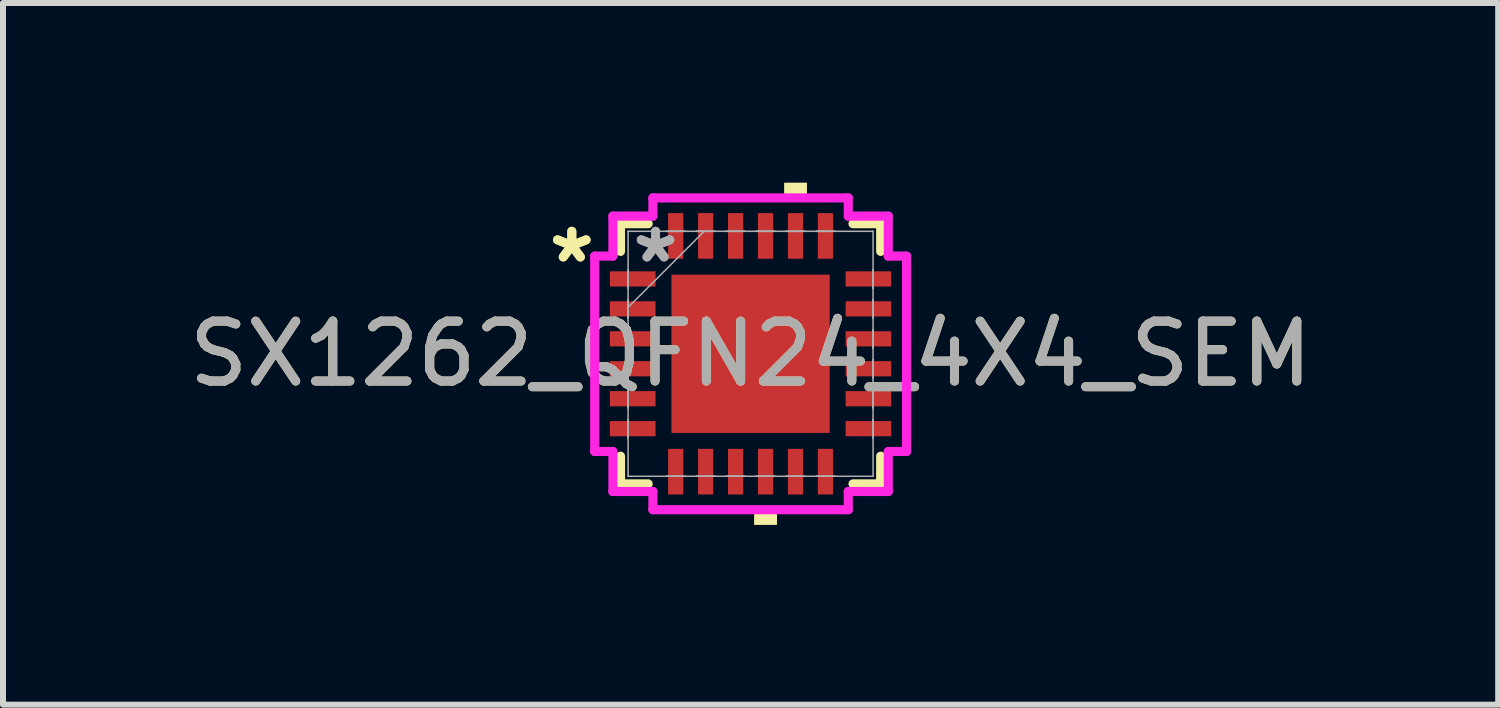
<source format=kicad_pcb>
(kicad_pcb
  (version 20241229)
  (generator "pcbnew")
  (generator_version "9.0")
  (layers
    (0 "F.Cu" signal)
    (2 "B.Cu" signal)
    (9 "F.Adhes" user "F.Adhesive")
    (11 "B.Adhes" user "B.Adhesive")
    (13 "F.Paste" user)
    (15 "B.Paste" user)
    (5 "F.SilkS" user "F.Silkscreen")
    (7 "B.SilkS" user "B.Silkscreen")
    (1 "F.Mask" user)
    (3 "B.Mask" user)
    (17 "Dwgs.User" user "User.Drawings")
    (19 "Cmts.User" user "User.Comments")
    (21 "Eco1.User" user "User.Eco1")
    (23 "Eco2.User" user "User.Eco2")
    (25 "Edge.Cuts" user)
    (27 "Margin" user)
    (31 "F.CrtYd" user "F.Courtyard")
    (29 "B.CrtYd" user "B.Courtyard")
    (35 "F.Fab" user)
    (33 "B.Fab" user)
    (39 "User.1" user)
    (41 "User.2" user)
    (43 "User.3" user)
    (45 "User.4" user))
  (footprint "SX1262_QFN24_4X4_SEM"
    (layer "F.Cu")
    (at 9.482 2.857)
    (property "Reference" "SX1262_QFN24_4X4_SEM" (at 0 0 0) (unlocked yes) (layer "F.SilkS") (effects (font (size 1 1) (thickness 0.15))))
    (attr smd)
    (fp_line (start -2.172 -2.172) (end -2.172 -1.71) (stroke (width 0.152) (type solid)) (layer "F.SilkS"))
    (fp_line (start -2.172 1.71) (end -2.172 2.172) (stroke (width 0.152) (type solid)) (layer "F.SilkS"))
    (fp_line (start -2.172 2.172) (end -1.71 2.172) (stroke (width 0.152) (type solid)) (layer "F.SilkS"))
    (fp_line (start -1.71 -2.172) (end -2.172 -2.172) (stroke (width 0.152) (type solid)) (layer "F.SilkS"))
    (fp_line (start 1.71 2.172) (end 2.172 2.172) (stroke (width 0.152) (type solid)) (layer "F.SilkS"))
    (fp_line (start 2.172 -2.172) (end 1.71 -2.172) (stroke (width 0.152) (type solid)) (layer "F.SilkS"))
    (fp_line (start 2.172 -1.71) (end 2.172 -2.172) (stroke (width 0.152) (type solid)) (layer "F.SilkS"))
    (fp_line (start 2.172 2.172) (end 2.172 1.71) (stroke (width 0.152) (type solid)) (layer "F.SilkS"))
    (fp_poly (pts (xy 0.059 2.603) (xy 0.059 2.857) (xy 0.441 2.857) (xy 0.441 2.603)) (stroke (width 0) (type solid)) (fill yes) (layer "F.SilkS"))
    (fp_poly (pts (xy 0.56 -2.603) (xy 0.56 -2.857) (xy 0.941 -2.857) (xy 0.941 -2.603)) (stroke (width 0) (type solid)) (fill yes) (layer "F.SilkS"))
    (fp_poly (pts (xy -1.221 -1.221) (xy -1.221 -0.1) (xy -0.1 -0.1) (xy -0.1 -1.221)) (stroke (width 0) (type solid)) (fill yes) (layer "F.Paste"))
    (fp_poly (pts (xy -1.221 0.1) (xy -1.221 1.221) (xy -0.1 1.221) (xy -0.1 0.1)) (stroke (width 0) (type solid)) (fill yes) (layer "F.Paste"))
    (fp_poly (pts (xy 0.1 -1.221) (xy 0.1 -0.1) (xy 1.221 -0.1) (xy 1.221 -1.221)) (stroke (width 0) (type solid)) (fill yes) (layer "F.Paste"))
    (fp_poly (pts (xy 0.1 0.1) (xy 0.1 1.221) (xy 1.221 1.221) (xy 1.221 0.1)) (stroke (width 0) (type solid)) (fill yes) (layer "F.Paste"))
    (fp_line (start -2.603 -1.631) (end -2.299 -1.631) (stroke (width 0.152) (type solid)) (layer "F.CrtYd"))
    (fp_line (start -2.603 1.631) (end -2.603 -1.631) (stroke (width 0.152) (type solid)) (layer "F.CrtYd"))
    (fp_line (start -2.299 -2.299) (end -1.631 -2.299) (stroke (width 0.152) (type solid)) (layer "F.CrtYd"))
    (fp_line (start -2.299 -1.631) (end -2.299 -2.299) (stroke (width 0.152) (type solid)) (layer "F.CrtYd"))
    (fp_line (start -2.299 1.631) (end -2.603 1.631) (stroke (width 0.152) (type solid)) (layer "F.CrtYd"))
    (fp_line (start -2.299 2.299) (end -2.299 1.631) (stroke (width 0.152) (type solid)) (layer "F.CrtYd"))
    (fp_line (start -1.631 -2.603) (end 1.631 -2.603) (stroke (width 0.152) (type solid)) (layer "F.CrtYd"))
    (fp_line (start -1.631 -2.299) (end -1.631 -2.603) (stroke (width 0.152) (type solid)) (layer "F.CrtYd"))
    (fp_line (start -1.631 2.299) (end -2.299 2.299) (stroke (width 0.152) (type solid)) (layer "F.CrtYd"))
    (fp_line (start -1.631 2.603) (end -1.631 2.299) (stroke (width 0.152) (type solid)) (layer "F.CrtYd"))
    (fp_line (start 1.631 -2.603) (end 1.631 -2.299) (stroke (width 0.152) (type solid)) (layer "F.CrtYd"))
    (fp_line (start 1.631 -2.299) (end 2.299 -2.299) (stroke (width 0.152) (type solid)) (layer "F.CrtYd"))
    (fp_line (start 1.631 2.299) (end 1.631 2.603) (stroke (width 0.152) (type solid)) (layer "F.CrtYd"))
    (fp_line (start 1.631 2.603) (end -1.631 2.603) (stroke (width 0.152) (type solid)) (layer "F.CrtYd"))
    (fp_line (start 2.299 -2.299) (end 2.299 -1.631) (stroke (width 0.152) (type solid)) (layer "F.CrtYd"))
    (fp_line (start 2.299 -1.631) (end 2.603 -1.631) (stroke (width 0.152) (type solid)) (layer "F.CrtYd"))
    (fp_line (start 2.299 1.631) (end 2.299 2.299) (stroke (width 0.152) (type solid)) (layer "F.CrtYd"))
    (fp_line (start 2.299 2.299) (end 1.631 2.299) (stroke (width 0.152) (type solid)) (layer "F.CrtYd"))
    (fp_line (start 2.603 -1.631) (end 2.603 1.631) (stroke (width 0.152) (type solid)) (layer "F.CrtYd"))
    (fp_line (start 2.603 1.631) (end 2.299 1.631) (stroke (width 0.152) (type solid)) (layer "F.CrtYd"))
    (fp_line (start -2.045 -2.045) (end -2.045 -2.045) (stroke (width 0.025) (type solid)) (layer "F.Fab"))
    (fp_line (start -2.045 -2.045) (end -2.045 2.045) (stroke (width 0.025) (type solid)) (layer "F.Fab"))
    (fp_line (start -2.045 -1.402) (end -2.045 -1.402) (stroke (width 0.025) (type solid)) (layer "F.Fab"))
    (fp_line (start -2.045 -1.402) (end -2.045 -1.098) (stroke (width 0.025) (type solid)) (layer "F.Fab"))
    (fp_line (start -2.045 -1.098) (end -2.045 -1.402) (stroke (width 0.025) (type solid)) (layer "F.Fab"))
    (fp_line (start -2.045 -1.098) (end -2.045 -1.098) (stroke (width 0.025) (type solid)) (layer "F.Fab"))
    (fp_line (start -2.045 -0.902) (end -2.045 -0.902) (stroke (width 0.025) (type solid)) (layer "F.Fab"))
    (fp_line (start -2.045 -0.902) (end -2.045 -0.598) (stroke (width 0.025) (type solid)) (layer "F.Fab"))
    (fp_line (start -2.045 -0.775) (end -0.775 -2.045) (stroke (width 0.025) (type solid)) (layer "F.Fab"))
    (fp_line (start -2.045 -0.598) (end -2.045 -0.902) (stroke (width 0.025) (type solid)) (layer "F.Fab"))
    (fp_line (start -2.045 -0.598) (end -2.045 -0.598) (stroke (width 0.025) (type solid)) (layer "F.Fab"))
    (fp_line (start -2.045 -0.402) (end -2.045 -0.402) (stroke (width 0.025) (type solid)) (layer "F.Fab"))
    (fp_line (start -2.045 -0.402) (end -2.045 -0.098) (stroke (width 0.025) (type solid)) (layer "F.Fab"))
    (fp_line (start -2.045 -0.098) (end -2.045 -0.402) (stroke (width 0.025) (type solid)) (layer "F.Fab"))
    (fp_line (start -2.045 -0.098) (end -2.045 -0.098) (stroke (width 0.025) (type solid)) (layer "F.Fab"))
    (fp_line (start -2.045 0.098) (end -2.045 0.098) (stroke (width 0.025) (type solid)) (layer "F.Fab"))
    (fp_line (start -2.045 0.098) (end -2.045 0.402) (stroke (width 0.025) (type solid)) (layer "F.Fab"))
    (fp_line (start -2.045 0.402) (end -2.045 0.098) (stroke (width 0.025) (type solid)) (layer "F.Fab"))
    (fp_line (start -2.045 0.402) (end -2.045 0.402) (stroke (width 0.025) (type solid)) (layer "F.Fab"))
    (fp_line (start -2.045 0.598) (end -2.045 0.598) (stroke (width 0.025) (type solid)) (layer "F.Fab"))
    (fp_line (start -2.045 0.598) (end -2.045 0.902) (stroke (width 0.025) (type solid)) (layer "F.Fab"))
    (fp_line (start -2.045 0.902) (end -2.045 0.598) (stroke (width 0.025) (type solid)) (layer "F.Fab"))
    (fp_line (start -2.045 0.902) (end -2.045 0.902) (stroke (width 0.025) (type solid)) (layer "F.Fab"))
    (fp_line (start -2.045 1.098) (end -2.045 1.098) (stroke (width 0.025) (type solid)) (layer "F.Fab"))
    (fp_line (start -2.045 1.098) (end -2.045 1.402) (stroke (width 0.025) (type solid)) (layer "F.Fab"))
    (fp_line (start -2.045 1.402) (end -2.045 1.098) (stroke (width 0.025) (type solid)) (layer "F.Fab"))
    (fp_line (start -2.045 1.402) (end -2.045 1.402) (stroke (width 0.025) (type solid)) (layer "F.Fab"))
    (fp_line (start -2.045 2.045) (end -2.045 2.045) (stroke (width 0.025) (type solid)) (layer "F.Fab"))
    (fp_line (start -2.045 2.045) (end 2.045 2.045) (stroke (width 0.025) (type solid)) (layer "F.Fab"))
    (fp_line (start -1.402 -2.045) (end -1.402 -2.045) (stroke (width 0.025) (type solid)) (layer "F.Fab"))
    (fp_line (start -1.402 -2.045) (end -1.098 -2.045) (stroke (width 0.025) (type solid)) (layer "F.Fab"))
    (fp_line (start -1.402 2.045) (end -1.402 2.045) (stroke (width 0.025) (type solid)) (layer "F.Fab"))
    (fp_line (start -1.402 2.045) (end -1.098 2.045) (stroke (width 0.025) (type solid)) (layer "F.Fab"))
    (fp_line (start -1.098 -2.045) (end -1.402 -2.045) (stroke (width 0.025) (type solid)) (layer "F.Fab"))
    (fp_line (start -1.098 -2.045) (end -1.098 -2.045) (stroke (width 0.025) (type solid)) (layer "F.Fab"))
    (fp_line (start -1.098 2.045) (end -1.402 2.045) (stroke (width 0.025) (type solid)) (layer "F.Fab"))
    (fp_line (start -1.098 2.045) (end -1.098 2.045) (stroke (width 0.025) (type solid)) (layer "F.Fab"))
    (fp_line (start -0.902 -2.045) (end -0.902 -2.045) (stroke (width 0.025) (type solid)) (layer "F.Fab"))
    (fp_line (start -0.902 -2.045) (end -0.598 -2.045) (stroke (width 0.025) (type solid)) (layer "F.Fab"))
    (fp_line (start -0.902 2.045) (end -0.902 2.045) (stroke (width 0.025) (type solid)) (layer "F.Fab"))
    (fp_line (start -0.902 2.045) (end -0.598 2.045) (stroke (width 0.025) (type solid)) (layer "F.Fab"))
    (fp_line (start -0.598 -2.045) (end -0.902 -2.045) (stroke (width 0.025) (type solid)) (layer "F.Fab"))
    (fp_line (start -0.598 -2.045) (end -0.598 -2.045) (stroke (width 0.025) (type solid)) (layer "F.Fab"))
    (fp_line (start -0.598 2.045) (end -0.902 2.045) (stroke (width 0.025) (type solid)) (layer "F.Fab"))
    (fp_line (start -0.598 2.045) (end -0.598 2.045) (stroke (width 0.025) (type solid)) (layer "F.Fab"))
    (fp_line (start -0.402 -2.045) (end -0.402 -2.045) (stroke (width 0.025) (type solid)) (layer "F.Fab"))
    (fp_line (start -0.402 -2.045) (end -0.098 -2.045) (stroke (width 0.025) (type solid)) (layer "F.Fab"))
    (fp_line (start -0.402 2.045) (end -0.402 2.045) (stroke (width 0.025) (type solid)) (layer "F.Fab"))
    (fp_line (start -0.402 2.045) (end -0.098 2.045) (stroke (width 0.025) (type solid)) (layer "F.Fab"))
    (fp_line (start -0.098 -2.045) (end -0.402 -2.045) (stroke (width 0.025) (type solid)) (layer "F.Fab"))
    (fp_line (start -0.098 -2.045) (end -0.098 -2.045) (stroke (width 0.025) (type solid)) (layer "F.Fab"))
    (fp_line (start -0.098 2.045) (end -0.402 2.045) (stroke (width 0.025) (type solid)) (layer "F.Fab"))
    (fp_line (start -0.098 2.045) (end -0.098 2.045) (stroke (width 0.025) (type solid)) (layer "F.Fab"))
    (fp_line (start 0.098 -2.045) (end 0.098 -2.045) (stroke (width 0.025) (type solid)) (layer "F.Fab"))
    (fp_line (start 0.098 -2.045) (end 0.402 -2.045) (stroke (width 0.025) (type solid)) (layer "F.Fab"))
    (fp_line (start 0.098 2.045) (end 0.098 2.045) (stroke (width 0.025) (type solid)) (layer "F.Fab"))
    (fp_line (start 0.098 2.045) (end 0.402 2.045) (stroke (width 0.025) (type solid)) (layer "F.Fab"))
    (fp_line (start 0.402 -2.045) (end 0.098 -2.045) (stroke (width 0.025) (type solid)) (layer "F.Fab"))
    (fp_line (start 0.402 -2.045) (end 0.402 -2.045) (stroke (width 0.025) (type solid)) (layer "F.Fab"))
    (fp_line (start 0.402 2.045) (end 0.098 2.045) (stroke (width 0.025) (type solid)) (layer "F.Fab"))
    (fp_line (start 0.402 2.045) (end 0.402 2.045) (stroke (width 0.025) (type solid)) (layer "F.Fab"))
    (fp_line (start 0.598 -2.045) (end 0.598 -2.045) (stroke (width 0.025) (type solid)) (layer "F.Fab"))
    (fp_line (start 0.598 -2.045) (end 0.902 -2.045) (stroke (width 0.025) (type solid)) (layer "F.Fab"))
    (fp_line (start 0.598 2.045) (end 0.598 2.045) (stroke (width 0.025) (type solid)) (layer "F.Fab"))
    (fp_line (start 0.598 2.045) (end 0.902 2.045) (stroke (width 0.025) (type solid)) (layer "F.Fab"))
    (fp_line (start 0.902 -2.045) (end 0.598 -2.045) (stroke (width 0.025) (type solid)) (layer "F.Fab"))
    (fp_line (start 0.902 -2.045) (end 0.902 -2.045) (stroke (width 0.025) (type solid)) (layer "F.Fab"))
    (fp_line (start 0.902 2.045) (end 0.598 2.045) (stroke (width 0.025) (type solid)) (layer "F.Fab"))
    (fp_line (start 0.902 2.045) (end 0.902 2.045) (stroke (width 0.025) (type solid)) (layer "F.Fab"))
    (fp_line (start 1.098 -2.045) (end 1.098 -2.045) (stroke (width 0.025) (type solid)) (layer "F.Fab"))
    (fp_line (start 1.098 -2.045) (end 1.402 -2.045) (stroke (width 0.025) (type solid)) (layer "F.Fab"))
    (fp_line (start 1.098 2.045) (end 1.098 2.045) (stroke (width 0.025) (type solid)) (layer "F.Fab"))
    (fp_line (start 1.098 2.045) (end 1.402 2.045) (stroke (width 0.025) (type solid)) (layer "F.Fab"))
    (fp_line (start 1.402 -2.045) (end 1.098 -2.045) (stroke (width 0.025) (type solid)) (layer "F.Fab"))
    (fp_line (start 1.402 -2.045) (end 1.402 -2.045) (stroke (width 0.025) (type solid)) (layer "F.Fab"))
    (fp_line (start 1.402 2.045) (end 1.098 2.045) (stroke (width 0.025) (type solid)) (layer "F.Fab"))
    (fp_line (start 1.402 2.045) (end 1.402 2.045) (stroke (width 0.025) (type solid)) (layer "F.Fab"))
    (fp_line (start 2.045 -2.045) (end -2.045 -2.045) (stroke (width 0.025) (type solid)) (layer "F.Fab"))
    (fp_line (start 2.045 -2.045) (end 2.045 -2.045) (stroke (width 0.025) (type solid)) (layer "F.Fab"))
    (fp_line (start 2.045 -1.402) (end 2.045 -1.402) (stroke (width 0.025) (type solid)) (layer "F.Fab"))
    (fp_line (start 2.045 -1.402) (end 2.045 -1.098) (stroke (width 0.025) (type solid)) (layer "F.Fab"))
    (fp_line (start 2.045 -1.098) (end 2.045 -1.402) (stroke (width 0.025) (type solid)) (layer "F.Fab"))
    (fp_line (start 2.045 -1.098) (end 2.045 -1.098) (stroke (width 0.025) (type solid)) (layer "F.Fab"))
    (fp_line (start 2.045 -0.902) (end 2.045 -0.902) (stroke (width 0.025) (type solid)) (layer "F.Fab"))
    (fp_line (start 2.045 -0.902) (end 2.045 -0.598) (stroke (width 0.025) (type solid)) (layer "F.Fab"))
    (fp_line (start 2.045 -0.598) (end 2.045 -0.902) (stroke (width 0.025) (type solid)) (layer "F.Fab"))
    (fp_line (start 2.045 -0.598) (end 2.045 -0.598) (stroke (width 0.025) (type solid)) (layer "F.Fab"))
    (fp_line (start 2.045 -0.402) (end 2.045 -0.402) (stroke (width 0.025) (type solid)) (layer "F.Fab"))
    (fp_line (start 2.045 -0.402) (end 2.045 -0.098) (stroke (width 0.025) (type solid)) (layer "F.Fab"))
    (fp_line (start 2.045 -0.098) (end 2.045 -0.402) (stroke (width 0.025) (type solid)) (layer "F.Fab"))
    (fp_line (start 2.045 -0.098) (end 2.045 -0.098) (stroke (width 0.025) (type solid)) (layer "F.Fab"))
    (fp_line (start 2.045 0.098) (end 2.045 0.098) (stroke (width 0.025) (type solid)) (layer "F.Fab"))
    (fp_line (start 2.045 0.098) (end 2.045 0.402) (stroke (width 0.025) (type solid)) (layer "F.Fab"))
    (fp_line (start 2.045 0.402) (end 2.045 0.098) (stroke (width 0.025) (type solid)) (layer "F.Fab"))
    (fp_line (start 2.045 0.402) (end 2.045 0.402) (stroke (width 0.025) (type solid)) (layer "F.Fab"))
    (fp_line (start 2.045 0.598) (end 2.045 0.598) (stroke (width 0.025) (type solid)) (layer "F.Fab"))
    (fp_line (start 2.045 0.598) (end 2.045 0.902) (stroke (width 0.025) (type solid)) (layer "F.Fab"))
    (fp_line (start 2.045 0.902) (end 2.045 0.598) (stroke (width 0.025) (type solid)) (layer "F.Fab"))
    (fp_line (start 2.045 0.902) (end 2.045 0.902) (stroke (width 0.025) (type solid)) (layer "F.Fab"))
    (fp_line (start 2.045 1.098) (end 2.045 1.098) (stroke (width 0.025) (type solid)) (layer "F.Fab"))
    (fp_line (start 2.045 1.098) (end 2.045 1.402) (stroke (width 0.025) (type solid)) (layer "F.Fab"))
    (fp_line (start 2.045 1.402) (end 2.045 1.098) (stroke (width 0.025) (type solid)) (layer "F.Fab"))
    (fp_line (start 2.045 1.402) (end 2.045 1.402) (stroke (width 0.025) (type solid)) (layer "F.Fab"))
    (fp_line (start 2.045 2.045) (end 2.045 -2.045) (stroke (width 0.025) (type solid)) (layer "F.Fab"))
    (fp_line (start 2.045 2.045) (end 2.045 2.045) (stroke (width 0.025) (type solid)) (layer "F.Fab"))
    (fp_text user "*" (at -2.985 -1.5 0) (unlocked yes) (layer "F.SilkS") (effects (font (size 1 1) (thickness 0.15))))
    (fp_text user "*" (at -2.985 -1.5 0) (layer "F.SilkS") (effects (font (size 1 1) (thickness 0.15))))
    (fp_text user "*" (at -1.587 -1.5 0) (unlocked yes) (layer "F.Fab") (effects (font (size 1 1) (thickness 0.15))))
    (fp_text user "*" (at -1.587 -1.5 0) (layer "F.Fab") (effects (font (size 1 1) (thickness 0.15))))
    (fp_text user "${REFERENCE}" (at 0 0 0) (unlocked yes) (layer "F.Fab") (effects (font (size 1 1) (thickness 0.15))))
    (pad "1" smd rect (at -1.968 -1.25 90) (size 0.254 0.762) (layers "F.Cu" "F.Mask" "F.Paste"))
    (pad "2" smd rect (at -1.968 -0.75 90) (size 0.254 0.762) (layers "F.Cu" "F.Mask" "F.Paste"))
    (pad "3" smd rect (at -1.968 -0.25 90) (size 0.254 0.762) (layers "F.Cu" "F.Mask" "F.Paste"))
    (pad "4" smd rect (at -1.968 0.25 90) (size 0.254 0.762) (layers "F.Cu" "F.Mask" "F.Paste"))
    (pad "5" smd rect (at -1.968 0.75 90) (size 0.254 0.762) (layers "F.Cu" "F.Mask" "F.Paste"))
    (pad "6" smd rect (at -1.968 1.25 90) (size 0.254 0.762) (layers "F.Cu" "F.Mask" "F.Paste"))
    (pad "7" smd rect (at -1.25 1.968) (size 0.254 0.762) (layers "F.Cu" "F.Mask" "F.Paste"))
    (pad "8" smd rect (at -0.75 1.968) (size 0.254 0.762) (layers "F.Cu" "F.Mask" "F.Paste"))
    (pad "9" smd rect (at -0.25 1.968) (size 0.254 0.762) (layers "F.Cu" "F.Mask" "F.Paste"))
    (pad "10" smd rect (at 0.25 1.968) (size 0.254 0.762) (layers "F.Cu" "F.Mask" "F.Paste"))
    (pad "11" smd rect (at 0.75 1.968) (size 0.254 0.762) (layers "F.Cu" "F.Mask" "F.Paste"))
    (pad "12" smd rect (at 1.25 1.968) (size 0.254 0.762) (layers "F.Cu" "F.Mask" "F.Paste"))
    (pad "13" smd rect (at 1.968 1.25 90) (size 0.254 0.762) (layers "F.Cu" "F.Mask" "F.Paste"))
    (pad "14" smd rect (at 1.968 0.75 90) (size 0.254 0.762) (layers "F.Cu" "F.Mask" "F.Paste"))
    (pad "15" smd rect (at 1.968 0.25 90) (size 0.254 0.762) (layers "F.Cu" "F.Mask" "F.Paste"))
    (pad "16" smd rect (at 1.968 -0.25 90) (size 0.254 0.762) (layers "F.Cu" "F.Mask" "F.Paste"))
    (pad "17" smd rect (at 1.968 -0.75 90) (size 0.254 0.762) (layers "F.Cu" "F.Mask" "F.Paste"))
    (pad "18" smd rect (at 1.968 -1.25 90) (size 0.254 0.762) (layers "F.Cu" "F.Mask" "F.Paste"))
    (pad "19" smd rect (at 1.25 -1.968) (size 0.254 0.762) (layers "F.Cu" "F.Mask" "F.Paste"))
    (pad "20" smd rect (at 0.75 -1.968) (size 0.254 0.762) (layers "F.Cu" "F.Mask" "F.Paste"))
    (pad "21" smd rect (at 0.25 -1.968) (size 0.254 0.762) (layers "F.Cu" "F.Mask" "F.Paste"))
    (pad "22" smd rect (at -0.25 -1.968) (size 0.254 0.762) (layers "F.Cu" "F.Mask" "F.Paste"))
    (pad "23" smd rect (at -0.75 -1.968) (size 0.254 0.762) (layers "F.Cu" "F.Mask" "F.Paste"))
    (pad "24" smd rect (at -1.25 -1.968) (size 0.254 0.762) (layers "F.Cu" "F.Mask" "F.Paste"))
    (pad "25" smd rect (at 0 0) (size 2.642 2.642) (layers "F.Cu" "F.Mask" "F.Paste")))
  (gr_rect
    (start -3 -3)
    (end 21.964 8.715)
    (stroke (width 0.1) (type default))
    (fill no)
    (layer "Edge.Cuts")))
</source>
